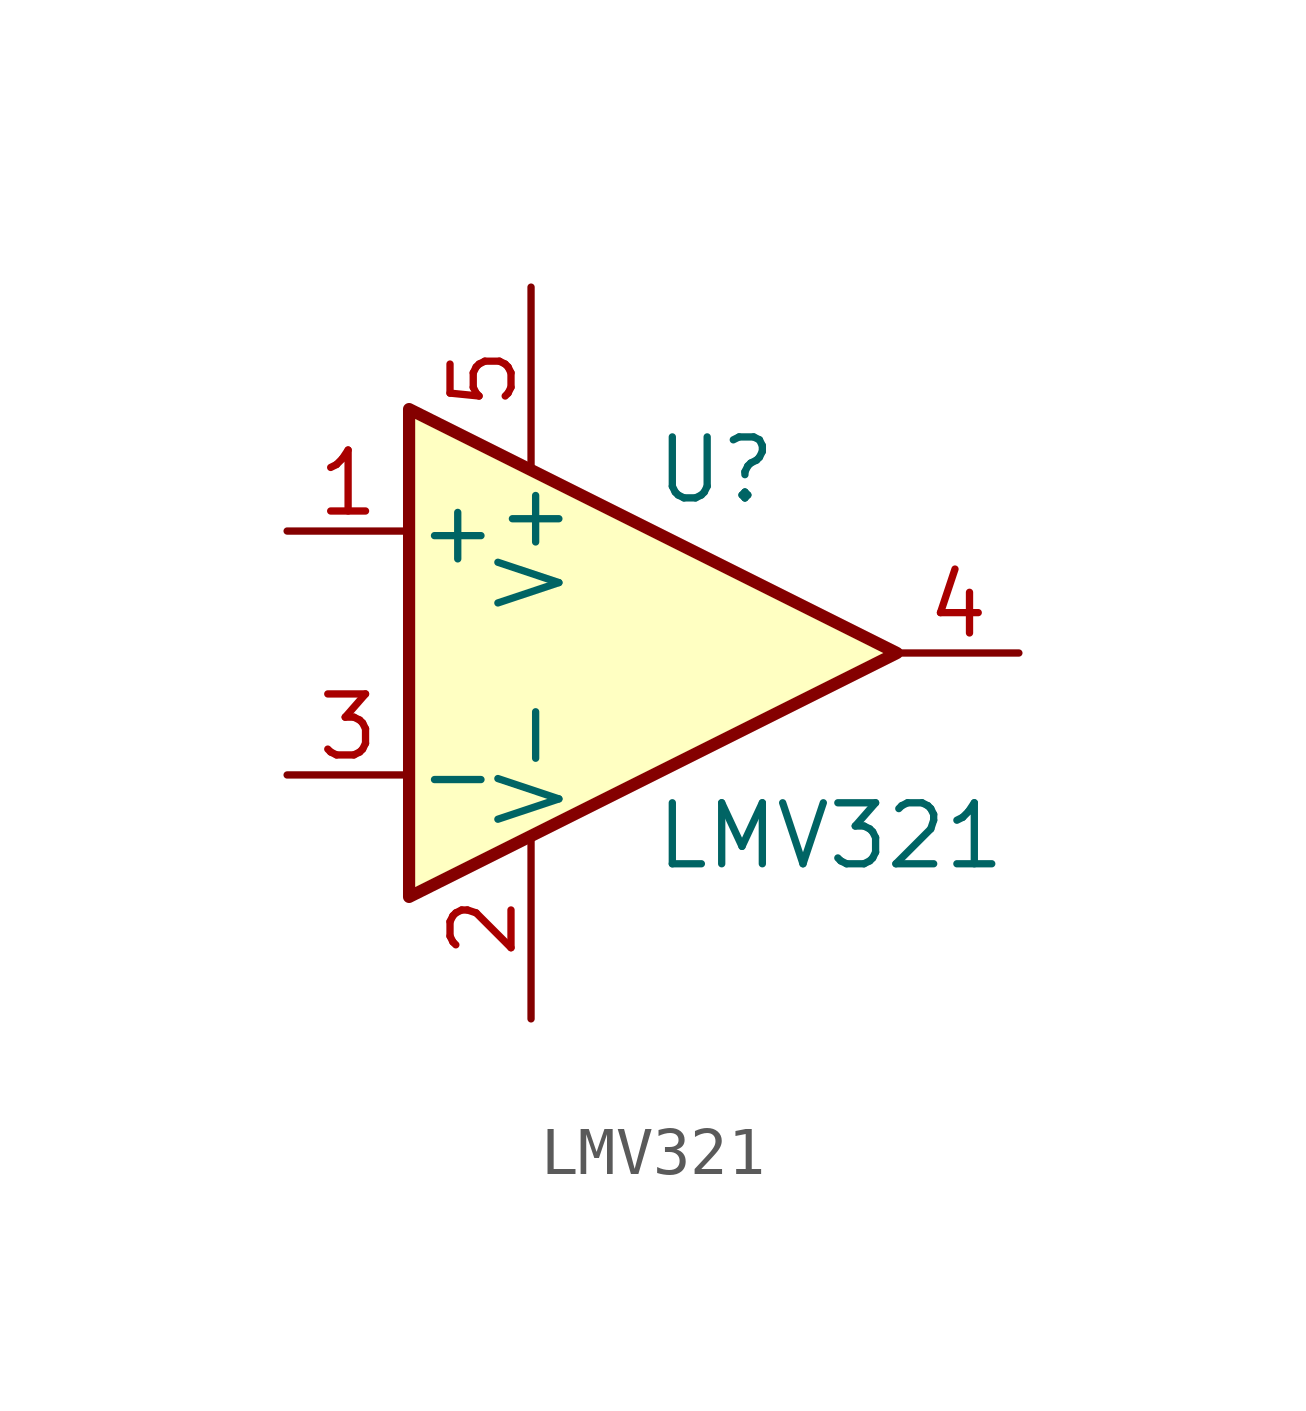
<source format=kicad_sym>
(kicad_symbol_lib
  (version 20220914)
  (generator kicad_symbol_editor)
  (symbol "LMV321"
    (pin_names
      (offset 0.127))
    (property "Reference" "U"
      (at 0 3.81 0)
      (effects (font (size 1.27 1.27)) (justify left)))
    (property "Value" "LMV321"
      (at 0 -3.81 0)
      (effects (font (size 1.27 1.27)) (justify left)))
    (symbol "LMV321_0_1"
      (polyline (pts (xy -5.08 5.08) (xy 5.08 0) (xy -5.08 -5.08) (xy -5.08 5.08)) (stroke (width 0.254) (type default)) (fill (type background)))
      (pin power_in line (at -2.54 -7.62 90) (length 3.81) (name "V-" (effects (font (size 1.27 1.27)))) (number "2" (effects (font (size 1.27 1.27)))))
      (pin power_in line (at -2.54 7.62 270) (length 3.81) (name "V+" (effects (font (size 1.27 1.27)))) (number "5" (effects (font (size 1.27 1.27))))))
    (symbol "LMV321_1_1"
      (pin input line (at -7.62 2.54 0) (length 2.54) (name "+" (effects (font (size 1.27 1.27)))) (number "1" (effects (font (size 1.27 1.27)))))
      (pin input line (at -7.62 -2.54 0) (length 2.54) (name "-" (effects (font (size 1.27 1.27)))) (number "3" (effects (font (size 1.27 1.27)))))
      (pin output line (at 7.62 0 180) (length 2.54) (name "~" (effects (font (size 1.27 1.27)))) (number "4" (effects (font (size 1.27 1.27))))))))
</source>
